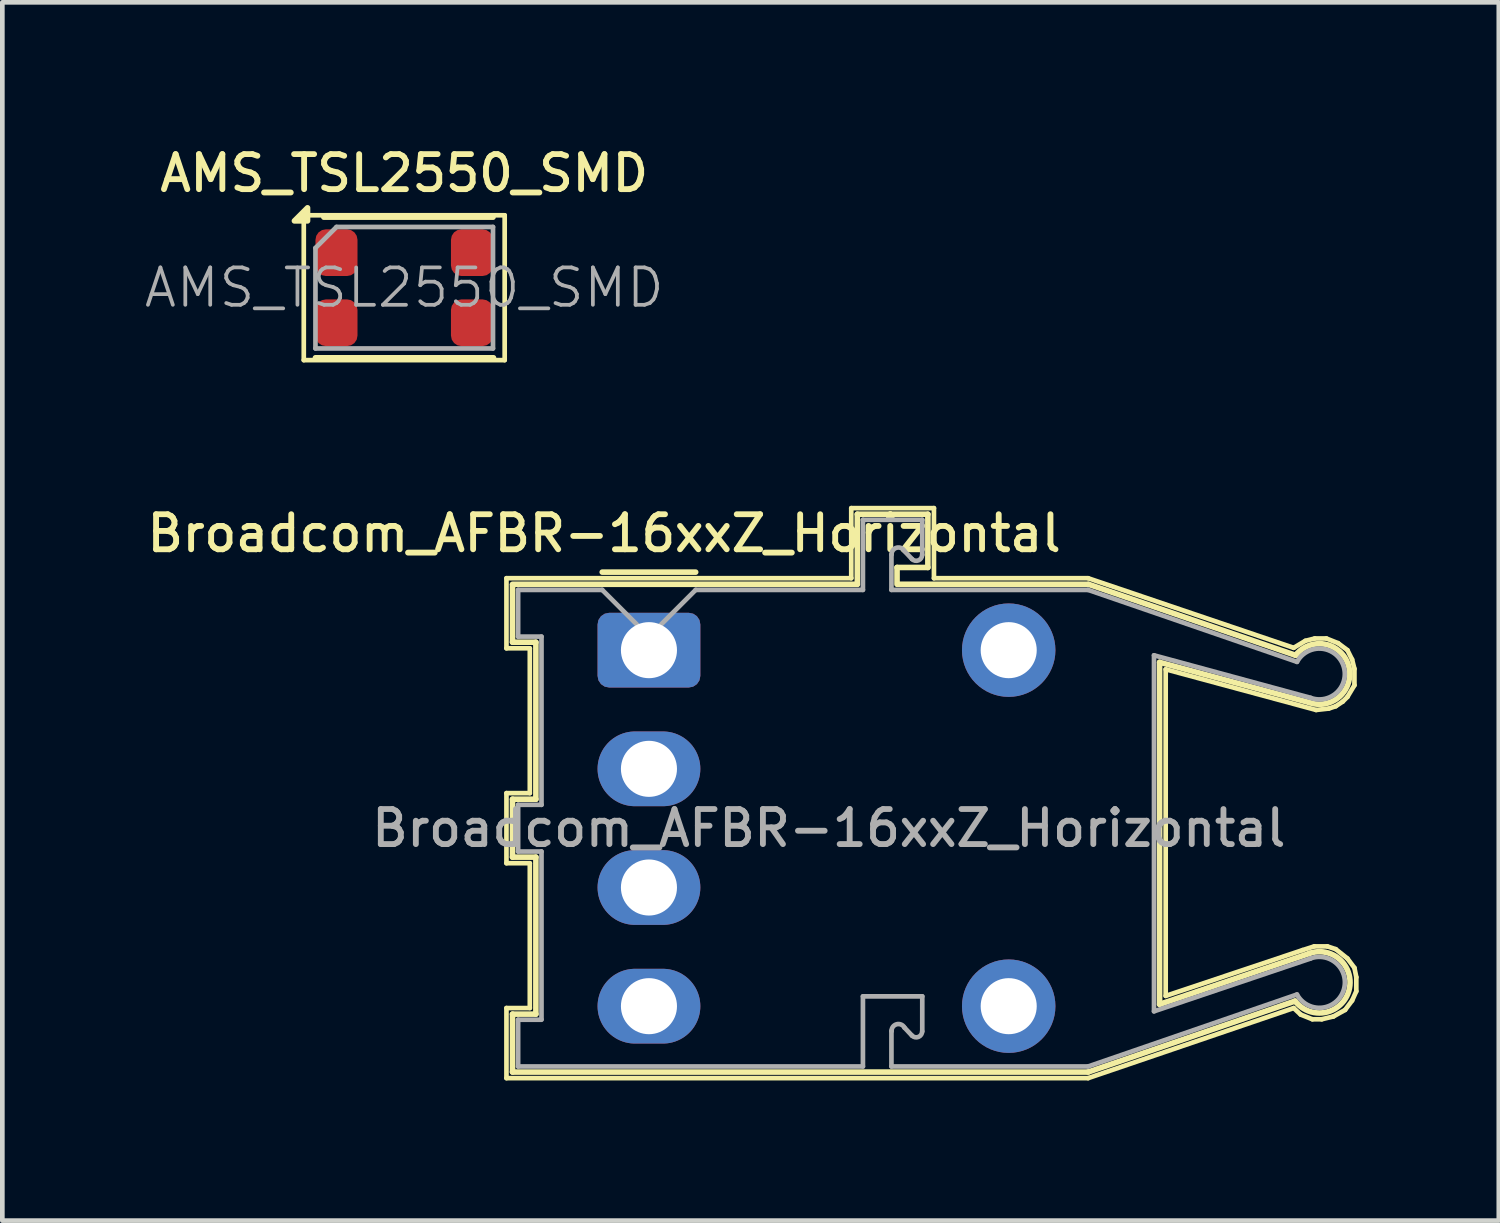
<source format=kicad_pcb>
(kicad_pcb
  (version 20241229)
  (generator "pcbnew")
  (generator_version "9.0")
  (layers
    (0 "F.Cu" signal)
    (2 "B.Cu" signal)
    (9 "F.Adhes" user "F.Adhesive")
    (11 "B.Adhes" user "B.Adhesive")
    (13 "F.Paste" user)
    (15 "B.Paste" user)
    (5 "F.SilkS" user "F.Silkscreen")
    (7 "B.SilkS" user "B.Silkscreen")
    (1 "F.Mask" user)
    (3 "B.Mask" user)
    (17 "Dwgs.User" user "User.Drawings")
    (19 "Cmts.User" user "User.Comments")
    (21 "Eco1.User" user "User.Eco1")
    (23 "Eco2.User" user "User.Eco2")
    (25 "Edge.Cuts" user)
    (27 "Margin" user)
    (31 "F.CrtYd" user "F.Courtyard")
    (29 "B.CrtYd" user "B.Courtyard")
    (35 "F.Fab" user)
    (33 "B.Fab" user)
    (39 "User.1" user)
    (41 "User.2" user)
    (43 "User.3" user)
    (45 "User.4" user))
  (footprint "AMS_TSL2550_SMD"
    (layer "F.Cu")
    (at 5.602 3.108)
    (property "Reference" "AMS_TSL2550_SMD" (at 0 -2.45 0) (layer "F.SilkS") (effects (font (size 0.75 0.75) (thickness 0.125))))
    (attr smd)
    (fp_line (start -2.15 -1.55) (end -2.15 1.55) (stroke (width 0.1) (type solid)) (layer "F.SilkS"))
    (fp_line (start -2.15 -1.55) (end 2.15 -1.55) (stroke (width 0.1) (type solid)) (layer "F.SilkS"))
    (fp_line (start -1.9 1.5) (end 1.91 1.5) (stroke (width 0.12) (type solid)) (layer "F.SilkS"))
    (fp_line (start -1.72 -1.51) (end 1.9 -1.51) (stroke (width 0.12) (type solid)) (layer "F.SilkS"))
    (fp_line (start 2.15 1.55) (end -2.15 1.55) (stroke (width 0.1) (type solid)) (layer "F.SilkS"))
    (fp_line (start 2.15 1.55) (end 2.15 -1.55) (stroke (width 0.1) (type solid)) (layer "F.SilkS"))
    (fp_poly (pts (xy -2.07 -1.43) (xy -2.35 -1.43) (xy -2.07 -1.71) (xy -2.07 -1.43)) (stroke (width 0.12) (type solid)) (fill yes) (layer "F.SilkS"))
    (fp_line (start -1.9 -0.85) (end -1.9 1.3) (stroke (width 0.1) (type solid)) (layer "F.Fab"))
    (fp_line (start -1.9 1.3) (end 1.9 1.3) (stroke (width 0.1) (type solid)) (layer "F.Fab"))
    (fp_line (start -1.45 -1.3) (end -1.9 -0.85) (stroke (width 0.1) (type solid)) (layer "F.Fab"))
    (fp_line (start 1.9 -1.3) (end -1.45 -1.3) (stroke (width 0.1) (type solid)) (layer "F.Fab"))
    (fp_line (start 1.9 1.3) (end 1.9 -1.3) (stroke (width 0.1) (type solid)) (layer "F.Fab"))
    (fp_text user "${REFERENCE}" (at 0 0 0) (layer "F.Fab") (effects (font (size 0.8 0.8) (thickness 0.08))))
    (pad "1" smd roundrect (at -1.45 -0.75) (size 0.9 1) (layers "F.Cu" "F.Mask" "F.Paste") (roundrect_rratio 0.25))
    (pad "2" smd roundrect (at -1.45 0.75) (size 0.9 1) (layers "F.Cu" "F.Mask" "F.Paste") (roundrect_rratio 0.25))
    (pad "3" smd roundrect (at 1.45 0.75) (size 0.9 1) (layers "F.Cu" "F.Mask" "F.Paste") (roundrect_rratio 0.25))
    (pad "4" smd roundrect (at 1.45 -0.75) (size 0.9 1) (layers "F.Cu" "F.Mask" "F.Paste") (roundrect_rratio 0.25)))
  (footprint "Broadcom_AFBR-16xxZ_Horizontal"
    (layer "F.Cu")
    (at 10.84 10.866)
    (property "Reference" "Broadcom_AFBR-16xxZ_Horizontal" (at -0.96 -2.5 0) (layer "F.SilkS") (effects (font (size 0.75 0.75) (thickness 0.125))))
    (attr through_hole)
    (fp_line (start -3.05 -1.54) (end 4.33 -1.54) (stroke (width 0.1) (type solid)) (layer "F.SilkS"))
    (fp_line (start -3.05 -0.04) (end -3.05 -1.54) (stroke (width 0.1) (type solid)) (layer "F.SilkS"))
    (fp_line (start -3.05 3.06) (end -2.55 3.06) (stroke (width 0.1) (type solid)) (layer "F.SilkS"))
    (fp_line (start -3.05 4.56) (end -3.05 3.06) (stroke (width 0.1) (type solid)) (layer "F.SilkS"))
    (fp_line (start -3.05 7.66) (end -2.55 7.66) (stroke (width 0.1) (type solid)) (layer "F.SilkS"))
    (fp_line (start -3.05 9.16) (end -3.05 7.66) (stroke (width 0.1) (type solid)) (layer "F.SilkS"))
    (fp_line (start -2.92 -1.41) (end 4.46 -1.41) (stroke (width 0.12) (type solid)) (layer "F.SilkS"))
    (fp_line (start -2.92 -1.397) (end -2.92 -0.17) (stroke (width 0.12) (type solid)) (layer "F.SilkS"))
    (fp_line (start -2.92 -0.17) (end -2.42 -0.17) (stroke (width 0.12) (type solid)) (layer "F.SilkS"))
    (fp_line (start -2.92 3.19) (end -2.92 4.43) (stroke (width 0.12) (type solid)) (layer "F.SilkS"))
    (fp_line (start -2.92 4.43) (end -2.42 4.43) (stroke (width 0.12) (type solid)) (layer "F.SilkS"))
    (fp_line (start -2.92 7.79) (end -2.92 9.03) (stroke (width 0.12) (type solid)) (layer "F.SilkS"))
    (fp_line (start -2.92 9.03) (end 9.4 9.03) (stroke (width 0.12) (type solid)) (layer "F.SilkS"))
    (fp_line (start -2.55 -0.04) (end -3.05 -0.04) (stroke (width 0.1) (type solid)) (layer "F.SilkS"))
    (fp_line (start -2.55 3.06) (end -2.55 -0.04) (stroke (width 0.1) (type solid)) (layer "F.SilkS"))
    (fp_line (start -2.55 4.56) (end -3.05 4.56) (stroke (width 0.1) (type solid)) (layer "F.SilkS"))
    (fp_line (start -2.55 7.66) (end -2.55 4.56) (stroke (width 0.1) (type solid)) (layer "F.SilkS"))
    (fp_line (start -2.42 -0.17) (end -2.42 3.19) (stroke (width 0.12) (type solid)) (layer "F.SilkS"))
    (fp_line (start -2.42 3.19) (end -2.92 3.19) (stroke (width 0.12) (type solid)) (layer "F.SilkS"))
    (fp_line (start -2.42 4.43) (end -2.42 7.79) (stroke (width 0.12) (type solid)) (layer "F.SilkS"))
    (fp_line (start -2.42 7.79) (end -2.92 7.79) (stroke (width 0.12) (type solid)) (layer "F.SilkS"))
    (fp_line (start -1 -1.67) (end 1 -1.67) (stroke (width 0.12) (type solid)) (layer "F.SilkS"))
    (fp_line (start 4.33 -3.04) (end 6.1 -3.04) (stroke (width 0.1) (type solid)) (layer "F.SilkS"))
    (fp_line (start 4.33 -1.54) (end 4.33 -3.04) (stroke (width 0.1) (type solid)) (layer "F.SilkS"))
    (fp_line (start 4.46 -2.91) (end 4.46 -1.41) (stroke (width 0.12) (type solid)) (layer "F.SilkS"))
    (fp_line (start 5.31 -1.77) (end 5.97 -1.77) (stroke (width 0.12) (type solid)) (layer "F.SilkS"))
    (fp_line (start 5.31 -1.41) (end 5.31 -1.77) (stroke (width 0.12) (type solid)) (layer "F.SilkS"))
    (fp_line (start 5.97 -2.91) (end 4.46 -2.91) (stroke (width 0.12) (type solid)) (layer "F.SilkS"))
    (fp_line (start 5.97 -1.77) (end 5.97 -2.91) (stroke (width 0.12) (type solid)) (layer "F.SilkS"))
    (fp_line (start 6.1 -3.04) (end 6.1 -1.54) (stroke (width 0.1) (type solid)) (layer "F.SilkS"))
    (fp_line (start 6.1 -1.54) (end 9.4 -1.54) (stroke (width 0.1) (type solid)) (layer "F.SilkS"))
    (fp_line (start 9.4 -1.54) (end 13.8 -0.05) (stroke (width 0.1) (type solid)) (layer "F.SilkS"))
    (fp_line (start 9.4 -1.41) (end 5.33 -1.41) (stroke (width 0.12) (type solid)) (layer "F.SilkS"))
    (fp_line (start 9.4 9.03) (end 13.83 7.51) (stroke (width 0.12) (type solid)) (layer "F.SilkS"))
    (fp_line (start 9.4 9.16) (end -3.05 9.16) (stroke (width 0.1) (type solid)) (layer "F.SilkS"))
    (fp_line (start 10.93 0.26) (end 14.13 1.12) (stroke (width 0.12) (type solid)) (layer "F.SilkS"))
    (fp_line (start 10.93 7.58) (end 10.93 0.26) (stroke (width 0.12) (type solid)) (layer "F.SilkS"))
    (fp_line (start 11.06 0.41) (end 11.06 7.4) (stroke (width 0.1) (type solid)) (layer "F.SilkS"))
    (fp_line (start 11.06 7.4) (end 13.99 6.42) (stroke (width 0.1) (type solid)) (layer "F.SilkS"))
    (fp_line (start 13.8 -0.05) (end 14.05 -0.2) (stroke (width 0.1) (type solid)) (layer "F.SilkS"))
    (fp_line (start 13.8 7.66) (end 9.4 9.16) (stroke (width 0.1) (type solid)) (layer "F.SilkS"))
    (fp_line (start 13.84 0.11) (end 9.41 -1.41) (stroke (width 0.12) (type solid)) (layer "F.SilkS"))
    (fp_line (start 13.95 7.8) (end 13.8 7.66) (stroke (width 0.1) (type solid)) (layer "F.SilkS"))
    (fp_line (start 13.99 6.42) (end 14.24 6.34) (stroke (width 0.1) (type solid)) (layer "F.SilkS"))
    (fp_line (start 14.05 -0.2) (end 14.25 -0.25) (stroke (width 0.1) (type solid)) (layer "F.SilkS"))
    (fp_line (start 14.14 6.49) (end 10.93 7.58) (stroke (width 0.12) (type solid)) (layer "F.SilkS"))
    (fp_line (start 14.2 7.9) (end 13.95 7.8) (stroke (width 0.1) (type solid)) (layer "F.SilkS"))
    (fp_line (start 14.24 6.34) (end 14.52 6.34) (stroke (width 0.1) (type solid)) (layer "F.SilkS"))
    (fp_line (start 14.25 -0.25) (end 14.5 -0.25) (stroke (width 0.1) (type solid)) (layer "F.SilkS"))
    (fp_line (start 14.28 1.28) (end 11.06 0.41) (stroke (width 0.1) (type solid)) (layer "F.SilkS"))
    (fp_line (start 14.4 7.9) (end 14.2 7.9) (stroke (width 0.1) (type solid)) (layer "F.SilkS"))
    (fp_line (start 14.5 -0.25) (end 14.75 -0.15) (stroke (width 0.1) (type solid)) (layer "F.SilkS"))
    (fp_line (start 14.52 6.34) (end 14.7 6.4) (stroke (width 0.1) (type solid)) (layer "F.SilkS"))
    (fp_line (start 14.55 1.25) (end 14.28 1.28) (stroke (width 0.1) (type solid)) (layer "F.SilkS"))
    (fp_line (start 14.65 7.84) (end 14.4 7.9) (stroke (width 0.1) (type solid)) (layer "F.SilkS"))
    (fp_line (start 14.7 1.2) (end 14.55 1.25) (stroke (width 0.1) (type solid)) (layer "F.SilkS"))
    (fp_line (start 14.7 6.4) (end 14.95 6.6) (stroke (width 0.1) (type solid)) (layer "F.SilkS"))
    (fp_line (start 14.75 -0.15) (end 14.95 0) (stroke (width 0.1) (type solid)) (layer "F.SilkS"))
    (fp_line (start 14.85 1.1) (end 14.7 1.2) (stroke (width 0.1) (type solid)) (layer "F.SilkS"))
    (fp_line (start 14.9 7.7) (end 14.65 7.84) (stroke (width 0.1) (type solid)) (layer "F.SilkS"))
    (fp_line (start 14.95 0) (end 15.05 0.2) (stroke (width 0.1) (type solid)) (layer "F.SilkS"))
    (fp_line (start 14.95 1) (end 14.85 1.1) (stroke (width 0.1) (type solid)) (layer "F.SilkS"))
    (fp_line (start 14.95 6.6) (end 15.1 6.8) (stroke (width 0.1) (type solid)) (layer "F.SilkS"))
    (fp_line (start 15.05 0.2) (end 15.1 0.4) (stroke (width 0.1) (type solid)) (layer "F.SilkS"))
    (fp_line (start 15.05 7.5) (end 14.9 7.7) (stroke (width 0.1) (type solid)) (layer "F.SilkS"))
    (fp_line (start 15.1 0.4) (end 15.1 0.75) (stroke (width 0.1) (type solid)) (layer "F.SilkS"))
    (fp_line (start 15.1 0.75) (end 14.95 1) (stroke (width 0.1) (type solid)) (layer "F.SilkS"))
    (fp_line (start 15.1 6.8) (end 15.14 7) (stroke (width 0.1) (type solid)) (layer "F.SilkS"))
    (fp_line (start 15.14 7) (end 15.14 7.3) (stroke (width 0.1) (type solid)) (layer "F.SilkS"))
    (fp_line (start 15.14 7.3) (end 15.05 7.5) (stroke (width 0.1) (type solid)) (layer "F.SilkS"))
    (fp_arc (start 13.839757 0.10981) (mid 14.973245 0.330932) (end 14.13 1.12) (stroke (width 0.12) (type solid)) (layer "F.SilkS"))
    (fp_arc (start 14.131216 6.491507) (mid 14.979112 7.296058) (end 13.83 7.51) (stroke (width 0.12) (type solid)) (layer "F.SilkS"))
    (fp_line (start -2.8 -1.29) (end -2.8 -0.29) (stroke (width 0.1) (type solid)) (layer "F.Fab"))
    (fp_line (start -2.8 -1.29) (end -1 -1.29) (stroke (width 0.1) (type solid)) (layer "F.Fab"))
    (fp_line (start -2.8 -0.29) (end -2.3 -0.29) (stroke (width 0.1) (type solid)) (layer "F.Fab"))
    (fp_line (start -2.8 3.31) (end -2.8 4.31) (stroke (width 0.1) (type solid)) (layer "F.Fab"))
    (fp_line (start -2.8 7.91) (end -2.3 7.91) (stroke (width 0.1) (type solid)) (layer "F.Fab"))
    (fp_line (start -2.8 8.91) (end -2.8 7.91) (stroke (width 0.1) (type solid)) (layer "F.Fab"))
    (fp_line (start -2.3 3.31) (end -2.8 3.31) (stroke (width 0.1) (type solid)) (layer "F.Fab"))
    (fp_line (start -2.3 3.31) (end -2.3 -0.29) (stroke (width 0.1) (type solid)) (layer "F.Fab"))
    (fp_line (start -2.3 4.31) (end -2.8 4.31) (stroke (width 0.1) (type solid)) (layer "F.Fab"))
    (fp_line (start -2.3 7.9) (end -2.3 4.31) (stroke (width 0.1) (type solid)) (layer "F.Fab"))
    (fp_line (start -1 -1.29) (end 0 -0.29) (stroke (width 0.1) (type solid)) (layer "F.Fab"))
    (fp_line (start 0 -0.29) (end 1 -1.29) (stroke (width 0.1) (type solid)) (layer "F.Fab"))
    (fp_line (start 1 -1.29) (end 4.58 -1.29) (stroke (width 0.1) (type solid)) (layer "F.Fab"))
    (fp_line (start 4.58 -2.79) (end 5.85 -2.79) (stroke (width 0.1) (type solid)) (layer "F.Fab"))
    (fp_line (start 4.58 -1.29) (end 4.58 -2.79) (stroke (width 0.1) (type solid)) (layer "F.Fab"))
    (fp_line (start 4.58 7.41) (end 5.85 7.41) (stroke (width 0.1) (type solid)) (layer "F.Fab"))
    (fp_line (start 4.58 8.91) (end -2.8 8.91) (stroke (width 0.1) (type solid)) (layer "F.Fab"))
    (fp_line (start 4.58 8.91) (end 4.58 7.41) (stroke (width 0.1) (type solid)) (layer "F.Fab"))
    (fp_line (start 5.19 -2.05) (end 5.19 -1.29) (stroke (width 0.1) (type solid)) (layer "F.Fab"))
    (fp_line (start 5.19 -1.29) (end 9.4 -1.29) (stroke (width 0.1) (type solid)) (layer "F.Fab"))
    (fp_line (start 5.19 8.15) (end 5.19 8.91) (stroke (width 0.1) (type solid)) (layer "F.Fab"))
    (fp_line (start 5.63 -1.95) (end 5.47 -2.12) (stroke (width 0.1) (type solid)) (layer "F.Fab"))
    (fp_line (start 5.63 8.25) (end 5.47 8.08) (stroke (width 0.1) (type solid)) (layer "F.Fab"))
    (fp_line (start 5.85 -2.79) (end 5.85 -2.04) (stroke (width 0.1) (type solid)) (layer "F.Fab"))
    (fp_line (start 5.85 7.41) (end 5.85 8.16) (stroke (width 0.1) (type solid)) (layer "F.Fab"))
    (fp_line (start 9.4 -1.29) (end 13.87 0.25) (stroke (width 0.1) (type solid)) (layer "F.Fab"))
    (fp_line (start 9.4 8.91) (end 5.19 8.91) (stroke (width 0.1) (type solid)) (layer "F.Fab"))
    (fp_line (start 9.4 8.91) (end 13.87 7.37) (stroke (width 0.1) (type solid)) (layer "F.Fab"))
    (fp_line (start 10.81 0.11) (end 10.81 7.73) (stroke (width 0.1) (type solid)) (layer "F.Fab"))
    (fp_line (start 10.81 0.11) (end 14.16 1.02) (stroke (width 0.1) (type solid)) (layer "F.Fab"))
    (fp_line (start 14.16 6.6) (end 10.81 7.73) (stroke (width 0.1) (type solid)) (layer "F.Fab"))
    (fp_arc (start 5.192417 -2.045618) (mid 5.301784 -2.192617) (end 5.47 -2.12) (stroke (width 0.1) (type solid)) (layer "F.Fab"))
    (fp_arc (start 5.192417 8.154382) (mid 5.301784 8.007383) (end 5.47 8.08) (stroke (width 0.1) (type solid)) (layer "F.Fab"))
    (fp_arc (start 5.847279 -2.04) (mid 5.768708 -1.92241) (end 5.63 -1.95) (stroke (width 0.1) (type solid)) (layer "F.Fab"))
    (fp_arc (start 5.847279 8.16) (mid 5.768708 8.27759) (end 5.63 8.25) (stroke (width 0.1) (type solid)) (layer "F.Fab"))
    (fp_arc (start 13.87094 0.25146) (mid 14.859247 0.317622) (end 14.161539 1.020709) (stroke (width 0.1) (type solid)) (layer "F.Fab"))
    (fp_arc (start 14.162014 6.597495) (mid 14.860629 7.303023) (end 13.87 7.37) (stroke (width 0.1) (type solid)) (layer "F.Fab"))
    (fp_text user "${REFERENCE}" (at 3.85 3.81 0) (layer "F.Fab") (effects (font (size 0.75 0.75) (thickness 0.125))))
    (pad "1" thru_hole roundrect (at 0 0) (size 2.2 1.6) (drill 1.2) (layers "*.Cu" "*.Mask") (roundrect_rratio 0.156))
    (pad "2" thru_hole oval (at 0 2.54) (size 2.2 1.6) (drill 1.2) (layers "*.Cu" "*.Mask"))
    (pad "3" thru_hole oval (at 0 5.08) (size 2.2 1.6) (drill 1.2) (layers "*.Cu" "*.Mask"))
    (pad "4" thru_hole oval (at 0 7.62) (size 2.2 1.6) (drill 1.2) (layers "*.Cu" "*.Mask"))
    (pad "5" thru_hole circle (at 7.7 7.62) (size 2 2) (drill 1.2) (layers "*.Cu" "*.Mask"))
    (pad "8" thru_hole circle (at 7.7 0) (size 2 2) (drill 1.2) (layers "*.Cu" "*.Mask")))
  (gr_rect
    (start -3 -3)
    (end 29.03 23.076)
    (stroke (width 0.1) (type default))
    (fill no)
    (layer "Edge.Cuts")))
</source>
